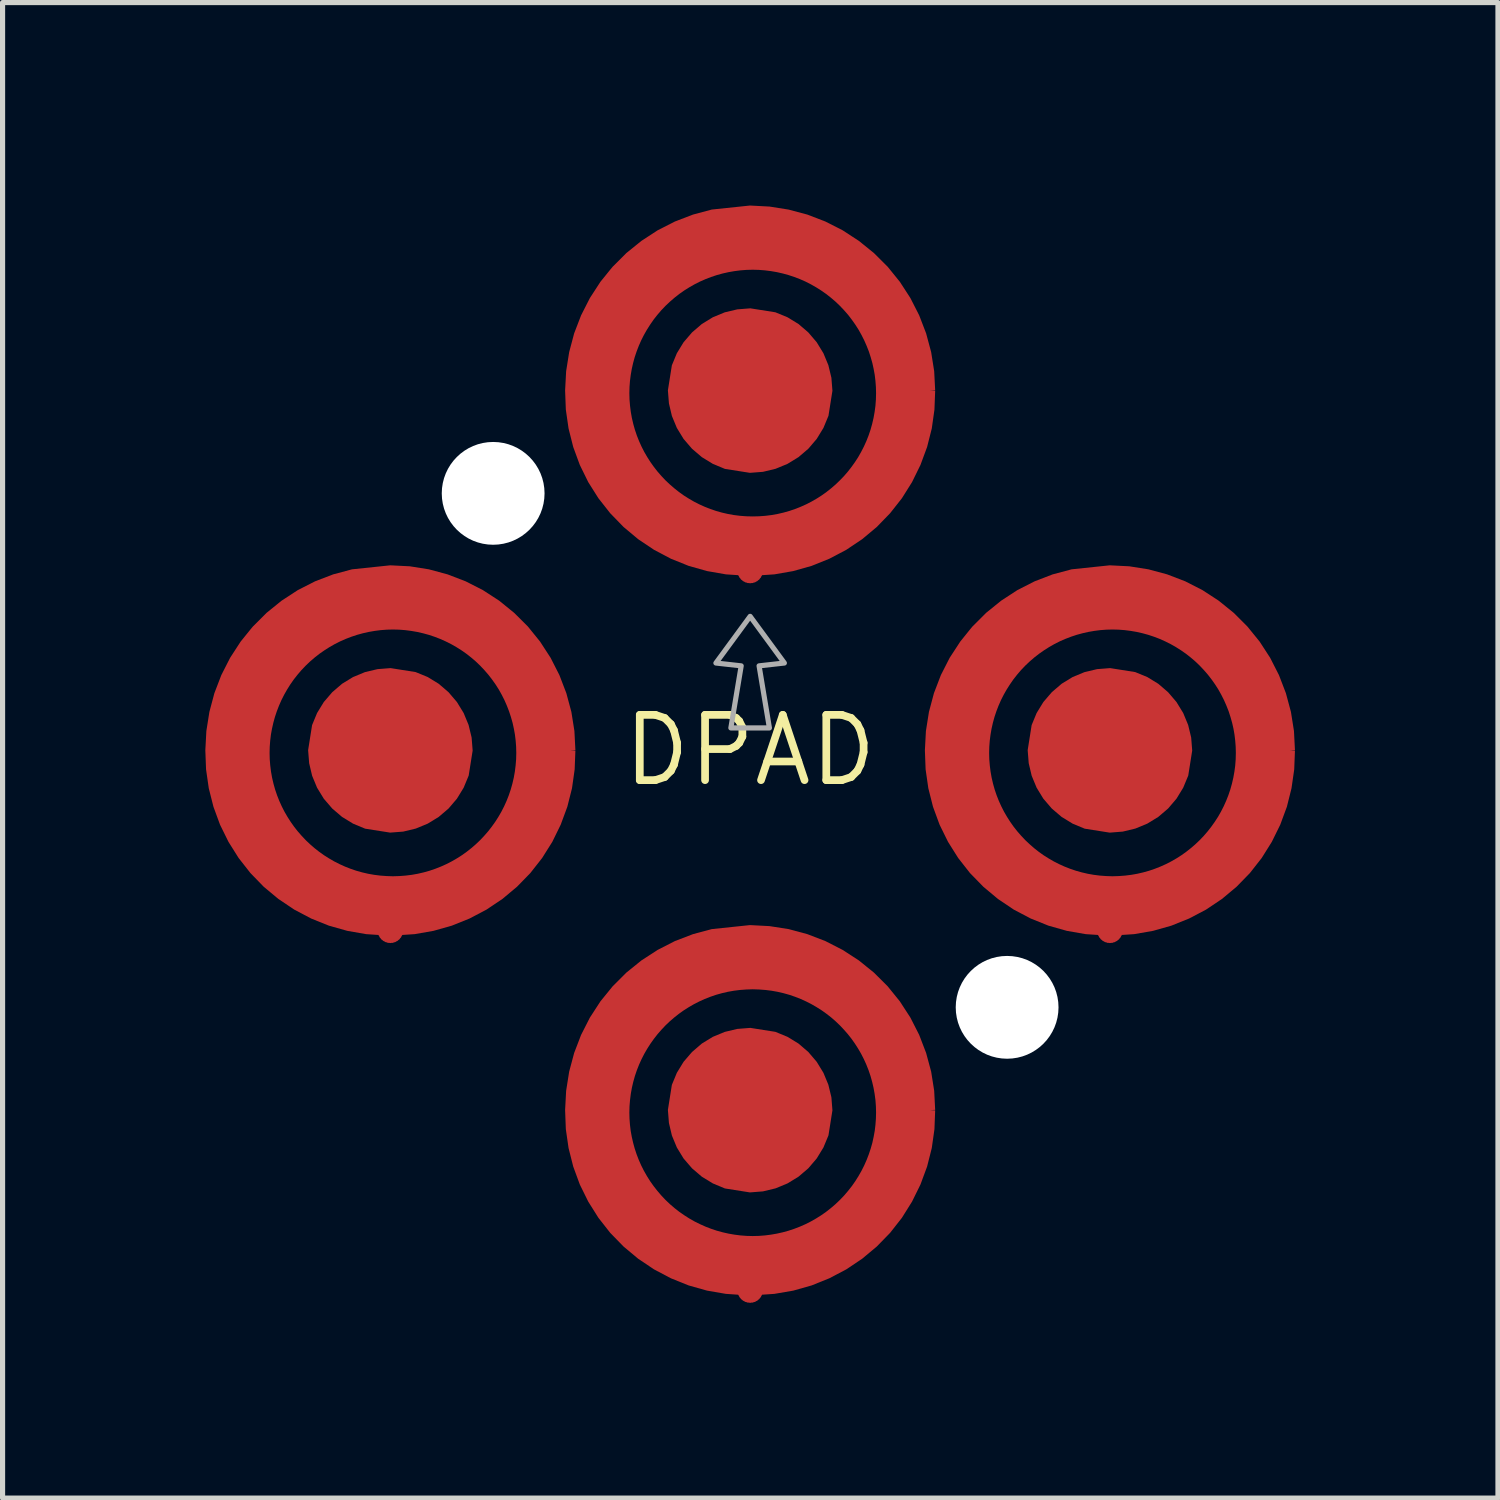
<source format=kicad_pcb>
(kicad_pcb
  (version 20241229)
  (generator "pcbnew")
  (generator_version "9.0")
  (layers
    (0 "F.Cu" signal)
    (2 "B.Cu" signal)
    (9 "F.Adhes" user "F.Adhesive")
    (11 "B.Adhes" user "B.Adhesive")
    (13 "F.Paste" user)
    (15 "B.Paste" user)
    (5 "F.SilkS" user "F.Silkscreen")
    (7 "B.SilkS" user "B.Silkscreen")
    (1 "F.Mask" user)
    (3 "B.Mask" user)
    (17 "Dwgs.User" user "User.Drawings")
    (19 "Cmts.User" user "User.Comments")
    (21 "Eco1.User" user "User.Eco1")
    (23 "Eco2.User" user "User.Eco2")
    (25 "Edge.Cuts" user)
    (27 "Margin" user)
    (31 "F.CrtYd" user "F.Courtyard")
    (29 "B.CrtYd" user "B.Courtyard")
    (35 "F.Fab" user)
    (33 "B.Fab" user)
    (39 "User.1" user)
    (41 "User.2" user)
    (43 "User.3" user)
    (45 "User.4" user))
  (footprint "DPAD"
    (layer "F.Cu")
    (at 11.545 11.549)
    (property "Reference" "DPAD" (at 0 0 0) (layer "F.SilkS") (effects (font (size 1.27 1.27) (thickness 0.15))))
    (fp_poly (pts (xy -6.598 -4.08) (xy -6.2 -4.021) (xy -5.81 -3.924) (xy -5.431 -3.788) (xy -5.067 -3.616) (xy -4.722 -3.409) (xy -4.399 -3.169) (xy -4.101 -2.899) (xy -3.831 -2.601) (xy -3.591 -2.278) (xy -3.384 -1.933) (xy -3.212 -1.569) (xy -3.076 -1.19) (xy -2.978 -0.798) (xy -2.9 -0.002) (xy -2.92 0.402) (xy -2.979 0.8) (xy -3.076 1.19) (xy -3.212 1.569) (xy -3.384 1.933) (xy -3.591 2.278) (xy -3.831 2.601) (xy -4.101 2.899) (xy -4.399 3.169) (xy -4.722 3.409) (xy -5.067 3.616) (xy -5.431 3.788) (xy -5.81 3.924) (xy -6.202 4.022) (xy -6.998 4.1) (xy -7.402 4.08) (xy -7.8 4.021) (xy -8.19 3.924) (xy -8.569 3.788) (xy -8.933 3.616) (xy -9.278 3.409) (xy -9.601 3.169) (xy -9.899 2.899) (xy -10.169 2.601) (xy -10.409 2.278) (xy -10.616 1.933) (xy -10.788 1.569) (xy -10.924 1.19) (xy -11.022 0.798) (xy -11.1 0.002) (xy -11.08 -0.402) (xy -11.021 -0.8) (xy -10.924 -1.19) (xy -10.788 -1.569) (xy -10.616 -1.933) (xy -10.409 -2.278) (xy -10.169 -2.601) (xy -9.899 -2.899) (xy -9.601 -3.169) (xy -9.278 -3.409) (xy -8.933 -3.616) (xy -8.569 -3.788) (xy -8.19 -3.924) (xy -7.798 -4.022) (xy -7.002 -4.1)) (stroke (width 0) (type default)) (fill yes) (layer "F.Mask"))
    (fp_poly (pts (xy 0.402 -11.08) (xy 0.8 -11.021) (xy 1.19 -10.924) (xy 1.569 -10.788) (xy 1.933 -10.616) (xy 2.278 -10.409) (xy 2.601 -10.169) (xy 2.899 -9.899) (xy 3.169 -9.601) (xy 3.409 -9.278) (xy 3.616 -8.933) (xy 3.788 -8.569) (xy 3.924 -8.19) (xy 4.022 -7.798) (xy 4.1 -7.002) (xy 4.08 -6.598) (xy 4.021 -6.2) (xy 3.924 -5.81) (xy 3.788 -5.431) (xy 3.616 -5.067) (xy 3.409 -4.722) (xy 3.169 -4.399) (xy 2.899 -4.101) (xy 2.601 -3.831) (xy 2.278 -3.591) (xy 1.933 -3.384) (xy 1.569 -3.212) (xy 1.19 -3.076) (xy 0.798 -2.978) (xy 0.002 -2.9) (xy -0.402 -2.92) (xy -0.8 -2.979) (xy -1.19 -3.076) (xy -1.569 -3.212) (xy -1.933 -3.384) (xy -2.278 -3.591) (xy -2.601 -3.831) (xy -2.899 -4.101) (xy -3.169 -4.399) (xy -3.409 -4.722) (xy -3.616 -5.067) (xy -3.788 -5.431) (xy -3.924 -5.81) (xy -4.022 -6.202) (xy -4.1 -6.998) (xy -4.08 -7.402) (xy -4.021 -7.8) (xy -3.924 -8.19) (xy -3.788 -8.569) (xy -3.616 -8.933) (xy -3.409 -9.278) (xy -3.169 -9.601) (xy -2.899 -9.899) (xy -2.601 -10.169) (xy -2.278 -10.409) (xy -1.933 -10.616) (xy -1.569 -10.788) (xy -1.19 -10.924) (xy -0.798 -11.022) (xy -0.002 -11.1)) (stroke (width 0) (type default)) (fill yes) (layer "F.Mask"))
    (fp_poly (pts (xy 0.402 2.92) (xy 0.8 2.979) (xy 1.19 3.076) (xy 1.569 3.212) (xy 1.933 3.384) (xy 2.278 3.591) (xy 2.601 3.831) (xy 2.899 4.101) (xy 3.169 4.399) (xy 3.409 4.722) (xy 3.616 5.067) (xy 3.788 5.431) (xy 3.924 5.81) (xy 4.022 6.202) (xy 4.1 6.998) (xy 4.08 7.402) (xy 4.021 7.8) (xy 3.924 8.19) (xy 3.788 8.569) (xy 3.616 8.933) (xy 3.409 9.278) (xy 3.169 9.601) (xy 2.899 9.899) (xy 2.601 10.169) (xy 2.278 10.409) (xy 1.933 10.616) (xy 1.569 10.788) (xy 1.19 10.924) (xy 0.798 11.022) (xy 0.002 11.1) (xy -0.402 11.08) (xy -0.8 11.021) (xy -1.19 10.924) (xy -1.569 10.788) (xy -1.933 10.616) (xy -2.278 10.409) (xy -2.601 10.169) (xy -2.899 9.899) (xy -3.169 9.601) (xy -3.409 9.278) (xy -3.616 8.933) (xy -3.788 8.569) (xy -3.924 8.19) (xy -4.022 7.798) (xy -4.1 7.002) (xy -4.08 6.598) (xy -4.021 6.2) (xy -3.924 5.81) (xy -3.788 5.431) (xy -3.616 5.067) (xy -3.409 4.722) (xy -3.169 4.399) (xy -2.899 4.101) (xy -2.601 3.831) (xy -2.278 3.591) (xy -1.933 3.384) (xy -1.569 3.212) (xy -1.19 3.076) (xy -0.798 2.978) (xy -0.002 2.9)) (stroke (width 0) (type default)) (fill yes) (layer "F.Mask"))
    (fp_poly (pts (xy 7.402 -4.08) (xy 7.8 -4.021) (xy 8.19 -3.924) (xy 8.569 -3.788) (xy 8.933 -3.616) (xy 9.278 -3.409) (xy 9.601 -3.169) (xy 9.899 -2.899) (xy 10.169 -2.601) (xy 10.409 -2.278) (xy 10.616 -1.933) (xy 10.788 -1.569) (xy 10.924 -1.19) (xy 11.022 -0.798) (xy 11.1 -0.002) (xy 11.08 0.402) (xy 11.021 0.8) (xy 10.924 1.19) (xy 10.788 1.569) (xy 10.616 1.933) (xy 10.409 2.278) (xy 10.169 2.601) (xy 9.899 2.899) (xy 9.601 3.169) (xy 9.278 3.409) (xy 8.933 3.616) (xy 8.569 3.788) (xy 8.19 3.924) (xy 7.798 4.022) (xy 7.002 4.1) (xy 6.598 4.08) (xy 6.2 4.021) (xy 5.81 3.924) (xy 5.431 3.788) (xy 5.067 3.616) (xy 4.722 3.409) (xy 4.399 3.169) (xy 4.101 2.899) (xy 3.831 2.601) (xy 3.591 2.278) (xy 3.384 1.933) (xy 3.212 1.569) (xy 3.076 1.19) (xy 2.978 0.798) (xy 2.9 0.002) (xy 2.92 -0.402) (xy 2.979 -0.8) (xy 3.076 -1.19) (xy 3.212 -1.569) (xy 3.384 -1.933) (xy 3.591 -2.278) (xy 3.831 -2.601) (xy 4.101 -2.899) (xy 4.399 -3.169) (xy 4.722 -3.409) (xy 5.067 -3.616) (xy 5.431 -3.788) (xy 5.81 -3.924) (xy 6.202 -4.022) (xy 6.998 -4.1)) (stroke (width 0) (type default)) (fill yes) (layer "F.Mask"))
    (fp_poly (pts (xy 0.666 -1.699) (xy 0.174 -1.644) (xy 0.375 -0.436) (xy -0.375 -0.436) (xy -0.174 -1.644) (xy -0.666 -1.699) (xy 0 -2.607)) (stroke (width 0.1) (type default)) (fill no) (layer "F.Fab"))
    (pad "" np_thru_hole circle (at -5 -5) (size 2 2) (drill 2) (layers "*.Cu" "*.Mask"))
    (pad "" np_thru_hole circle (at 5 5) (size 2 2) (drill 2) (layers "*.Cu" "*.Mask"))
    (pad "DOWN" smd custom (at 0 7 90) (size 0.5 0.5) (layers "F.Cu" "F.Mask") (options (anchor circle)) (primitives (gr_poly (pts (xy -0.25 0) (xy -0.231 -0.096) (xy -0.177 -0.177) (xy -0.096 -0.231) (xy 0 -0.25) (xy 0.096 -0.231) (xy 0.177 -0.177) (xy 0.231 -0.096) (xy 0.25 0) (xy 0.231 0.096) (xy 0.177 0.177) (xy 0.096 0.231) (xy 0 0.25) (xy -0.096 0.231) (xy -0.177 0.177) (xy -0.231 0.096) (xy -0.25 0)) (width 0) (fill yes)) (gr_poly (pts (xy 1.523 0.491) (xy 1.426 0.727) (xy 1.295 0.941) (xy 1.131 1.132) (xy 0.94 1.295) (xy 0.726 1.426) (xy 0.494 1.522) (xy 0.25 1.581) (xy -0.004 1.601) (xy -0.491 1.524) (xy -0.727 1.426) (xy -0.941 1.295) (xy -1.132 1.132) (xy -1.295 0.941) (xy -1.426 0.727) (xy -1.522 0.495) (xy -1.581 0.25) (xy -1.601 -0.004) (xy -1.524 -0.491) (xy -1.426 -0.726) (xy -1.295 -0.94) (xy -1.132 -1.131) (xy -0.941 -1.295) (xy -0.727 -1.426) (xy -0.495 -1.522) (xy -0.25 -1.58) (xy 0.004 -1.6) (xy 0.491 -1.523) (xy 0.726 -1.426) (xy 0.94 -1.295) (xy 1.131 -1.131) (xy 1.295 -0.94) (xy 1.426 -0.726) (xy 1.522 -0.494) (xy 1.58 -0.25) (xy 1.6 0.004)) (width 0) (fill yes))))
    (pad "GND1" smd custom (at -7 3.5 90) (size 0.5 0.5) (layers "F.Cu" "F.Mask") (options (anchor circle)) (primitives (gr_poly (pts (xy -0.25 0) (xy -0.231 -0.096) (xy -0.177 -0.177) (xy -0.096 -0.231) (xy 0 -0.25) (xy 0.096 -0.231) (xy 0.177 -0.177) (xy 0.231 -0.096) (xy 0.25 0) (xy 0.231 0.096) (xy 0.177 0.177) (xy 0.096 0.231) (xy 0 0.25) (xy -0.096 0.231) (xy -0.177 0.177) (xy -0.231 0.096) (xy -0.25 0)) (width 0) (fill yes)) (gr_poly (pts (xy 7.081 0.377) (xy 7.022 0.749) (xy 6.924 1.112) (xy 6.789 1.464) (xy 6.618 1.8) (xy 6.412 2.117) (xy 6.175 2.409) (xy 5.909 2.676) (xy 5.616 2.913) (xy 5.3 3.118) (xy 4.964 3.289) (xy 4.612 3.424) (xy 4.248 3.522) (xy 3.876 3.581) (xy 3.505 3.6) (xy 3.5 3.5) (xy 3.496 3.6) (xy 3.13 3.586) (xy 2.762 3.534) (xy 2.402 3.443) (xy 2.053 3.314) (xy 1.72 3.151) (xy 1.405 2.953) (xy 1.112 2.723) (xy 0.846 2.464) (xy 0.608 2.179) (xy 0.401 1.87) (xy 0.228 1.541) (xy 0.089 1.196) (xy -0.012 0.839) (xy -0.076 0.473) (xy -0.107 0.000387) (xy -0.000158 0.000387) (xy -0.000158 -0.1) (xy -0.1 -0.107) (xy -0.076 -0.472) (xy -0.012 -0.838) (xy 0.089 -1.196) (xy 0.228 -1.541) (xy 0.401 -1.869) (xy 0.608 -2.178) (xy 0.846 -2.464) (xy 1.112 -2.722) (xy 1.405 -2.952) (xy 1.72 -3.15) (xy 2.053 -3.314) (xy 2.402 -3.442) (xy 2.762 -3.533) (xy 3.13 -3.586) (xy 3.45 -3.598) (xy 3.45 -2.35) (xy 3.327 -2.347) (xy 3.205 -2.337) (xy 3.085 -2.322) (xy 2.967 -2.301) (xy 2.851 -2.274) (xy 2.737 -2.242) (xy 2.625 -2.204) (xy 2.516 -2.161) (xy 2.41 -2.113) (xy 2.306 -2.06) (xy 2.206 -2.002) (xy 2.109 -1.94) (xy 2.014 -1.873) (xy 1.924 -1.802) (xy 1.837 -1.726) (xy 1.753 -1.647) (xy 1.674 -1.564) (xy 1.598 -1.476) (xy 1.527 -1.386) (xy 1.46 -1.292) (xy 1.398 -1.194) (xy 1.34 -1.094) (xy 1.287 -0.99) (xy 1.239 -0.884) (xy 1.196 -0.775) (xy 1.158 -0.664) (xy 1.126 -0.55) (xy 1.099 -0.434) (xy 1.078 -0.315) (xy 1.063 -0.195) (xy 1.054 -0.073) (xy 1.05 0.05) (xy 1.054 0.174) (xy 1.063 0.296) (xy 1.078 0.416) (xy 1.099 0.534) (xy 1.126 0.65) (xy 1.158 0.764) (xy 1.196 0.875) (xy 1.239 0.984) (xy 1.287 1.091) (xy 1.34 1.194) (xy 1.398 1.295) (xy 1.46 1.392) (xy 1.527 1.486) (xy 1.599 1.577) (xy 1.674 1.664) (xy 1.753 1.747) (xy 1.837 1.826) (xy 1.924 1.902) (xy 2.015 1.973) (xy 2.109 2.04) (xy 2.206 2.102) (xy 2.306 2.16) (xy 2.41 2.213) (xy 2.516 2.261) (xy 2.625 2.304) (xy 2.737 2.342) (xy 2.851 2.374) (xy 2.967 2.401) (xy 3.085 2.422) (xy 3.205 2.437) (xy 3.327 2.447) (xy 3.45 2.45) (xy 3.569 2.447) (xy 3.688 2.438) (xy 3.805 2.424) (xy 3.921 2.403) (xy 4.035 2.378) (xy 4.148 2.346) (xy 4.26 2.309) (xy 4.369 2.267) (xy 4.476 2.22) (xy 4.581 2.167) (xy 4.683 2.11) (xy 4.782 2.047) (xy 4.878 1.979) (xy 4.971 1.907) (xy 5.061 1.829) (xy 5.148 1.747) (xy 5.23 1.661) (xy 5.307 1.571) (xy 5.38 1.478) (xy 5.447 1.382) (xy 5.51 1.282) (xy 5.568 1.18) (xy 5.62 1.076) (xy 5.668 0.968) (xy 5.71 0.859) (xy 5.747 0.748) (xy 5.778 0.635) (xy 5.804 0.52) (xy 5.824 0.404) (xy 5.839 0.287) (xy 5.848 0.169) (xy 5.851 0.05) (xy 5.848 -0.069) (xy 5.839 -0.187) (xy 5.824 -0.304) (xy 5.804 -0.42) (xy 5.778 -0.535) (xy 5.747 -0.648) (xy 5.71 -0.759) (xy 5.668 -0.868) (xy 5.621 -0.975) (xy 5.568 -1.08) (xy 5.51 -1.182) (xy 5.447 -1.281) (xy 5.38 -1.378) (xy 5.307 -1.471) (xy 5.23 -1.561) (xy 5.148 -1.647) (xy 5.062 -1.729) (xy 4.972 -1.806) (xy 4.879 -1.879) (xy 4.782 -1.947) (xy 4.683 -2.009) (xy 4.581 -2.067) (xy 4.476 -2.12) (xy 4.369 -2.167) (xy 4.26 -2.209) (xy 4.149 -2.246) (xy 4.036 -2.277) (xy 3.921 -2.303) (xy 3.805 -2.324) (xy 3.688 -2.338) (xy 3.569 -2.347) (xy 3.45 -2.35) (xy 3.45 -3.598) (xy 3.5 -3.6) (xy 3.876 -3.58) (xy 4.248 -3.521) (xy 4.612 -3.424) (xy 4.964 -3.289) (xy 5.3 -3.118) (xy 5.616 -2.913) (xy 5.851 -2.723) (xy 5.851 0.05) (xy 5.851 0.05) (xy 5.851 0.05) (xy 5.851 0.05) (xy 5.851 -2.723) (xy 5.909 -2.675) (xy 6.175 -2.409) (xy 6.412 -2.116) (xy 6.618 -1.8) (xy 6.789 -1.464) (xy 6.924 -1.112) (xy 7.022 -0.746) (xy 7.1 -0.002)) (width 0) (fill yes))))
    (pad "GND2" smd custom (at 7 3.5 90) (size 0.5 0.5) (layers "F.Cu" "F.Mask") (options (anchor circle)) (primitives (gr_poly (pts (xy -0.25 0) (xy -0.231 -0.096) (xy -0.177 -0.177) (xy -0.096 -0.231) (xy 0 -0.25) (xy 0.096 -0.231) (xy 0.177 -0.177) (xy 0.231 -0.096) (xy 0.25 0) (xy 0.231 0.096) (xy 0.177 0.177) (xy 0.096 0.231) (xy 0 0.25) (xy -0.096 0.231) (xy -0.177 0.177) (xy -0.231 0.096) (xy -0.25 0)) (width 0) (fill yes)) (gr_poly (pts (xy 7.081 0.376) (xy 7.022 0.749) (xy 6.924 1.113) (xy 6.789 1.465) (xy 6.618 1.8) (xy 6.412 2.116) (xy 6.175 2.409) (xy 5.909 2.675) (xy 5.616 2.913) (xy 5.3 3.118) (xy 4.964 3.289) (xy 4.612 3.424) (xy 4.248 3.522) (xy 3.876 3.581) (xy 3.505 3.6) (xy 3.5 3.5) (xy 3.496 3.6) (xy 3.13 3.586) (xy 2.762 3.533) (xy 2.402 3.443) (xy 2.053 3.314) (xy 1.72 3.15) (xy 1.405 2.953) (xy 1.112 2.723) (xy 0.846 2.464) (xy 0.608 2.179) (xy 0.401 1.87) (xy 0.228 1.541) (xy 0.089 1.196) (xy -0.012 0.839) (xy -0.076 0.472) (xy -0.107 0.000052) (xy -0.000158 0.000052) (xy -0.000158 -0.1) (xy -0.1 -0.106) (xy -0.076 -0.472) (xy -0.012 -0.838) (xy 0.089 -1.196) (xy 0.228 -1.541) (xy 0.401 -1.87) (xy 0.608 -2.178) (xy 0.846 -2.463) (xy 1.112 -2.722) (xy 1.405 -2.952) (xy 1.72 -3.15) (xy 2.053 -3.314) (xy 2.402 -3.442) (xy 2.762 -3.533) (xy 3.13 -3.586) (xy 3.45 -3.598) (xy 3.45 -2.35) (xy 3.327 -2.347) (xy 3.205 -2.337) (xy 3.085 -2.322) (xy 2.967 -2.301) (xy 2.851 -2.274) (xy 2.737 -2.242) (xy 2.625 -2.204) (xy 2.516 -2.161) (xy 2.41 -2.113) (xy 2.306 -2.06) (xy 2.206 -2.002) (xy 2.109 -1.94) (xy 2.014 -1.873) (xy 1.924 -1.802) (xy 1.837 -1.726) (xy 1.753 -1.647) (xy 1.674 -1.563) (xy 1.598 -1.476) (xy 1.527 -1.386) (xy 1.46 -1.292) (xy 1.398 -1.194) (xy 1.34 -1.094) (xy 1.287 -0.99) (xy 1.239 -0.884) (xy 1.196 -0.775) (xy 1.158 -0.663) (xy 1.126 -0.549) (xy 1.099 -0.433) (xy 1.078 -0.315) (xy 1.063 -0.195) (xy 1.054 -0.073) (xy 1.05 0.05) (xy 1.054 0.174) (xy 1.063 0.296) (xy 1.078 0.416) (xy 1.099 0.534) (xy 1.126 0.65) (xy 1.158 0.764) (xy 1.196 0.875) (xy 1.239 0.984) (xy 1.287 1.091) (xy 1.34 1.194) (xy 1.398 1.295) (xy 1.46 1.392) (xy 1.527 1.486) (xy 1.599 1.577) (xy 1.674 1.664) (xy 1.753 1.747) (xy 1.837 1.827) (xy 1.924 1.902) (xy 2.015 1.973) (xy 2.109 2.04) (xy 2.206 2.103) (xy 2.306 2.16) (xy 2.41 2.213) (xy 2.516 2.261) (xy 2.625 2.304) (xy 2.737 2.342) (xy 2.851 2.374) (xy 2.967 2.401) (xy 3.085 2.422) (xy 3.205 2.438) (xy 3.327 2.447) (xy 3.45 2.45) (xy 3.569 2.447) (xy 3.688 2.438) (xy 3.805 2.424) (xy 3.921 2.404) (xy 4.035 2.378) (xy 4.148 2.346) (xy 4.26 2.31) (xy 4.369 2.267) (xy 4.476 2.22) (xy 4.581 2.167) (xy 4.683 2.11) (xy 4.782 2.047) (xy 4.878 1.979) (xy 4.971 1.907) (xy 5.061 1.829) (xy 5.148 1.747) (xy 5.23 1.661) (xy 5.307 1.571) (xy 5.38 1.478) (xy 5.447 1.382) (xy 5.51 1.282) (xy 5.568 1.18) (xy 5.62 1.076) (xy 5.668 0.969) (xy 5.71 0.859) (xy 5.747 0.748) (xy 5.778 0.635) (xy 5.804 0.521) (xy 5.824 0.405) (xy 5.839 0.287) (xy 5.848 0.169) (xy 5.851 0.05) (xy 5.848 -0.068) (xy 5.839 -0.187) (xy 5.824 -0.304) (xy 5.804 -0.42) (xy 5.778 -0.534) (xy 5.747 -0.648) (xy 5.71 -0.759) (xy 5.668 -0.868) (xy 5.621 -0.975) (xy 5.568 -1.08) (xy 5.51 -1.182) (xy 5.447 -1.281) (xy 5.38 -1.377) (xy 5.307 -1.471) (xy 5.23 -1.56) (xy 5.148 -1.647) (xy 5.062 -1.729) (xy 4.972 -1.806) (xy 4.879 -1.879) (xy 4.782 -1.946) (xy 4.683 -2.009) (xy 4.581 -2.067) (xy 4.476 -2.12) (xy 4.369 -2.167) (xy 4.26 -2.209) (xy 4.149 -2.246) (xy 4.036 -2.277) (xy 3.921 -2.303) (xy 3.805 -2.323) (xy 3.688 -2.338) (xy 3.569 -2.347) (xy 3.45 -2.35) (xy 3.45 -3.598) (xy 3.5 -3.6) (xy 3.876 -3.58) (xy 4.248 -3.521) (xy 4.612 -3.424) (xy 4.964 -3.289) (xy 5.3 -3.118) (xy 5.616 -2.912) (xy 5.851 -2.723) (xy 5.851 0.05) (xy 5.851 0.05) (xy 5.851 0.051) (xy 5.851 0.05) (xy 5.851 -2.723) (xy 5.909 -2.675) (xy 6.175 -2.409) (xy 6.412 -2.116) (xy 6.618 -1.8) (xy 6.789 -1.464) (xy 6.924 -1.113) (xy 7.022 -0.746) (xy 7.1 -0.003)) (width 0) (fill yes))))
    (pad "GND3" smd custom (at 0 -3.5 90) (size 0.5 0.5) (layers "F.Cu" "F.Mask") (options (anchor circle)) (primitives (gr_poly (pts (xy -0.25 0) (xy -0.231 -0.096) (xy -0.177 -0.177) (xy -0.096 -0.231) (xy 0 -0.25) (xy 0.096 -0.231) (xy 0.177 -0.177) (xy 0.231 -0.096) (xy 0.25 0) (xy 0.231 0.096) (xy 0.177 0.177) (xy 0.096 0.231) (xy 0 0.25) (xy -0.096 0.231) (xy -0.177 0.177) (xy -0.231 0.096) (xy -0.25 0)) (width 0) (fill yes)) (gr_poly (pts (xy 7.08 0.377) (xy 7.021 0.749) (xy 6.924 1.113) (xy 6.789 1.464) (xy 6.618 1.8) (xy 6.412 2.116) (xy 6.175 2.409) (xy 5.909 2.676) (xy 5.616 2.913) (xy 5.3 3.118) (xy 4.964 3.289) (xy 4.613 3.424) (xy 4.248 3.522) (xy 3.876 3.581) (xy 3.505 3.6) (xy 3.5 3.5) (xy 3.496 3.6) (xy 3.13 3.586) (xy 2.762 3.534) (xy 2.402 3.443) (xy 2.053 3.314) (xy 1.719 3.15) (xy 1.405 2.953) (xy 1.113 2.723) (xy 0.846 2.464) (xy 0.608 2.179) (xy 0.401 1.87) (xy 0.228 1.541) (xy 0.089 1.196) (xy -0.012 0.839) (xy -0.076 0.472) (xy -0.107 -0.00004) (xy -0.000066 -0.00004) (xy -0.000066 -0.1) (xy -0.1 -0.106) (xy -0.076 -0.472) (xy -0.012 -0.838) (xy 0.089 -1.196) (xy 0.228 -1.541) (xy 0.401 -1.869) (xy 0.608 -2.178) (xy 0.846 -2.463) (xy 1.113 -2.722) (xy 1.405 -2.952) (xy 1.719 -3.15) (xy 2.053 -3.314) (xy 2.402 -3.442) (xy 2.762 -3.533) (xy 3.13 -3.586) (xy 3.45 -3.598) (xy 3.45 -2.35) (xy 3.327 -2.347) (xy 3.205 -2.337) (xy 3.085 -2.322) (xy 2.967 -2.301) (xy 2.851 -2.274) (xy 2.737 -2.242) (xy 2.625 -2.204) (xy 2.516 -2.161) (xy 2.41 -2.113) (xy 2.306 -2.06) (xy 2.206 -2.002) (xy 2.109 -1.94) (xy 2.015 -1.873) (xy 1.924 -1.802) (xy 1.837 -1.726) (xy 1.753 -1.647) (xy 1.674 -1.563) (xy 1.599 -1.476) (xy 1.527 -1.386) (xy 1.46 -1.292) (xy 1.398 -1.194) (xy 1.34 -1.094) (xy 1.287 -0.99) (xy 1.239 -0.884) (xy 1.196 -0.775) (xy 1.158 -0.663) (xy 1.126 -0.55) (xy 1.099 -0.433) (xy 1.078 -0.315) (xy 1.063 -0.195) (xy 1.054 -0.073) (xy 1.051 0.05) (xy 1.054 0.174) (xy 1.063 0.296) (xy 1.078 0.416) (xy 1.099 0.534) (xy 1.126 0.65) (xy 1.158 0.764) (xy 1.196 0.875) (xy 1.239 0.984) (xy 1.287 1.091) (xy 1.34 1.194) (xy 1.398 1.295) (xy 1.46 1.392) (xy 1.527 1.486) (xy 1.599 1.577) (xy 1.674 1.664) (xy 1.754 1.747) (xy 1.837 1.827) (xy 1.924 1.902) (xy 2.015 1.973) (xy 2.109 2.04) (xy 2.206 2.103) (xy 2.307 2.16) (xy 2.41 2.213) (xy 2.516 2.261) (xy 2.625 2.304) (xy 2.737 2.342) (xy 2.851 2.374) (xy 2.967 2.401) (xy 3.085 2.422) (xy 3.205 2.438) (xy 3.327 2.447) (xy 3.45 2.45) (xy 3.569 2.447) (xy 3.688 2.438) (xy 3.805 2.424) (xy 3.921 2.403) (xy 4.035 2.378) (xy 4.148 2.346) (xy 4.26 2.31) (xy 4.369 2.267) (xy 4.476 2.22) (xy 4.581 2.167) (xy 4.683 2.11) (xy 4.782 2.047) (xy 4.878 1.979) (xy 4.972 1.907) (xy 5.061 1.829) (xy 5.148 1.747) (xy 5.23 1.661) (xy 5.307 1.571) (xy 5.38 1.478) (xy 5.447 1.382) (xy 5.51 1.282) (xy 5.568 1.18) (xy 5.621 1.076) (xy 5.668 0.969) (xy 5.71 0.859) (xy 5.747 0.748) (xy 5.778 0.635) (xy 5.804 0.521) (xy 5.824 0.405) (xy 5.839 0.287) (xy 5.848 0.169) (xy 5.851 0.05) (xy 5.848 -0.069) (xy 5.839 -0.187) (xy 5.824 -0.304) (xy 5.804 -0.42) (xy 5.778 -0.535) (xy 5.747 -0.648) (xy 5.71 -0.759) (xy 5.668 -0.868) (xy 5.621 -0.975) (xy 5.568 -1.08) (xy 5.51 -1.182) (xy 5.448 -1.281) (xy 5.38 -1.378) (xy 5.307 -1.471) (xy 5.23 -1.56) (xy 5.148 -1.647) (xy 5.062 -1.729) (xy 4.972 -1.806) (xy 4.879 -1.879) (xy 4.782 -1.946) (xy 4.683 -2.009) (xy 4.581 -2.067) (xy 4.476 -2.12) (xy 4.369 -2.167) (xy 4.26 -2.209) (xy 4.149 -2.246) (xy 4.036 -2.277) (xy 3.921 -2.303) (xy 3.805 -2.323) (xy 3.688 -2.338) (xy 3.569 -2.347) (xy 3.45 -2.35) (xy 3.45 -3.598) (xy 3.5 -3.6) (xy 3.876 -3.58) (xy 4.248 -3.521) (xy 4.613 -3.424) (xy 4.964 -3.289) (xy 5.3 -3.118) (xy 5.616 -2.913) (xy 5.851 -2.723) (xy 5.851 0.05) (xy 5.851 0.05) (xy 5.851 0.05) (xy 5.851 0.05) (xy 5.851 -2.723) (xy 5.909 -2.675) (xy 6.175 -2.409) (xy 6.412 -2.116) (xy 6.618 -1.8) (xy 6.789 -1.464) (xy 6.924 -1.112) (xy 7.022 -0.746) (xy 7.1 -0.003)) (width 0) (fill yes))))
    (pad "GND4" smd custom (at 0 10.5 90) (size 0.5 0.5) (layers "F.Cu" "F.Mask") (options (anchor circle)) (primitives (gr_poly (pts (xy -0.25 0) (xy -0.231 -0.096) (xy -0.177 -0.177) (xy -0.096 -0.231) (xy 0 -0.25) (xy 0.096 -0.231) (xy 0.177 -0.177) (xy 0.231 -0.096) (xy 0.25 0) (xy 0.231 0.096) (xy 0.177 0.177) (xy 0.096 0.231) (xy 0 0.25) (xy -0.096 0.231) (xy -0.177 0.177) (xy -0.231 0.096) (xy -0.25 0)) (width 0) (fill yes)) (gr_poly (pts (xy 7.08 0.377) (xy 7.022 0.749) (xy 6.924 1.113) (xy 6.789 1.464) (xy 6.617 1.8) (xy 6.412 2.116) (xy 6.175 2.409) (xy 5.909 2.676) (xy 5.616 2.913) (xy 5.3 3.118) (xy 4.964 3.289) (xy 4.612 3.424) (xy 4.249 3.522) (xy 3.876 3.581) (xy 3.505 3.6) (xy 3.5 3.5) (xy 3.496 3.6) (xy 3.13 3.586) (xy 2.762 3.534) (xy 2.402 3.443) (xy 2.053 3.314) (xy 1.72 3.15) (xy 1.405 2.953) (xy 1.112 2.723) (xy 0.846 2.464) (xy 0.608 2.179) (xy 0.401 1.87) (xy 0.228 1.541) (xy 0.089 1.196) (xy -0.012 0.839) (xy -0.075 0.472) (xy -0.107 -0.00004) (xy -0.000242 -0.00004) (xy -0.000242 -0.1) (xy -0.1 -0.106) (xy -0.075 -0.472) (xy -0.012 -0.838) (xy 0.089 -1.196) (xy 0.228 -1.541) (xy 0.401 -1.869) (xy 0.608 -2.178) (xy 0.846 -2.463) (xy 1.112 -2.722) (xy 1.405 -2.952) (xy 1.72 -3.15) (xy 2.053 -3.314) (xy 2.402 -3.442) (xy 2.762 -3.533) (xy 3.13 -3.586) (xy 3.451 -3.598) (xy 3.451 -2.35) (xy 3.332 -2.347) (xy 3.213 -2.338) (xy 3.096 -2.324) (xy 2.98 -2.303) (xy 2.866 -2.277) (xy 2.753 -2.246) (xy 2.641 -2.209) (xy 2.532 -2.167) (xy 2.425 -2.12) (xy 2.32 -2.067) (xy 2.218 -2.009) (xy 2.119 -1.947) (xy 2.023 -1.879) (xy 1.93 -1.806) (xy 1.84 -1.729) (xy 1.753 -1.647) (xy 1.671 -1.561) (xy 1.594 -1.471) (xy 1.521 -1.378) (xy 1.454 -1.281) (xy 1.391 -1.182) (xy 1.333 -1.08) (xy 1.281 -0.975) (xy 1.233 -0.868) (xy 1.191 -0.759) (xy 1.154 -0.648) (xy 1.123 -0.535) (xy 1.097 -0.42) (xy 1.077 -0.305) (xy 1.062 -0.187) (xy 1.053 -0.069) (xy 1.05 0.05) (xy 1.053 0.169) (xy 1.062 0.287) (xy 1.077 0.404) (xy 1.097 0.52) (xy 1.123 0.635) (xy 1.154 0.748) (xy 1.191 0.859) (xy 1.233 0.968) (xy 1.28 1.075) (xy 1.333 1.18) (xy 1.391 1.282) (xy 1.453 1.381) (xy 1.521 1.478) (xy 1.594 1.571) (xy 1.671 1.661) (xy 1.753 1.747) (xy 1.839 1.829) (xy 1.929 1.906) (xy 2.022 1.979) (xy 2.119 2.047) (xy 2.218 2.109) (xy 2.32 2.167) (xy 2.425 2.22) (xy 2.532 2.267) (xy 2.641 2.309) (xy 2.752 2.346) (xy 2.865 2.378) (xy 2.98 2.403) (xy 3.096 2.424) (xy 3.213 2.438) (xy 3.332 2.447) (xy 3.451 2.45) (xy 3.574 2.447) (xy 3.696 2.438) (xy 3.816 2.422) (xy 3.934 2.401) (xy 4.05 2.374) (xy 4.164 2.342) (xy 4.276 2.304) (xy 4.385 2.261) (xy 4.491 2.213) (xy 4.595 2.16) (xy 4.695 2.102) (xy 4.792 2.04) (xy 4.887 1.973) (xy 4.977 1.902) (xy 5.064 1.826) (xy 5.148 1.747) (xy 5.227 1.664) (xy 5.303 1.577) (xy 5.374 1.486) (xy 5.441 1.392) (xy 5.503 1.294) (xy 5.561 1.194) (xy 5.614 1.09) (xy 5.662 0.984) (xy 5.705 0.875) (xy 5.743 0.764) (xy 5.775 0.65) (xy 5.802 0.534) (xy 5.823 0.416) (xy 5.838 0.295) (xy 5.847 0.174) (xy 5.851 0.05) (xy 5.851 0.05) (xy 5.847 -0.074) (xy 5.838 -0.195) (xy 5.823 -0.316) (xy 5.802 -0.434) (xy 5.775 -0.55) (xy 5.743 -0.664) (xy 5.705 -0.775) (xy 5.662 -0.884) (xy 5.614 -0.99) (xy 5.561 -1.094) (xy 5.503 -1.194) (xy 5.441 -1.292) (xy 5.374 -1.386) (xy 5.302 -1.477) (xy 5.227 -1.564) (xy 5.148 -1.647) (xy 5.064 -1.726) (xy 4.977 -1.802) (xy 4.886 -1.873) (xy 4.792 -1.94) (xy 4.695 -2.002) (xy 4.595 -2.06) (xy 4.491 -2.113) (xy 4.385 -2.161) (xy 4.276 -2.204) (xy 4.164 -2.242) (xy 4.05 -2.274) (xy 3.934 -2.301) (xy 3.816 -2.322) (xy 3.696 -2.337) (xy 3.574 -2.347) (xy 3.451 -2.35) (xy 3.451 -3.598) (xy 3.501 -3.6) (xy 3.876 -3.58) (xy 4.249 -3.521) (xy 4.612 -3.424) (xy 4.964 -3.289) (xy 5.3 -3.118) (xy 5.616 -2.913) (xy 5.909 -2.675) (xy 6.175 -2.409) (xy 6.412 -2.116) (xy 6.617 -1.8) (xy 6.789 -1.464) (xy 6.924 -1.112) (xy 7.022 -0.746) (xy 7.1 -0.003)) (width 0) (fill yes))))
    (pad "LEFT" smd custom (at -7 0 90) (size 0.5 0.5) (layers "F.Cu" "F.Mask") (options (anchor circle)) (primitives (gr_poly (pts (xy -0.25 0) (xy -0.231 -0.096) (xy -0.177 -0.177) (xy -0.096 -0.231) (xy 0 -0.25) (xy 0.096 -0.231) (xy 0.177 -0.177) (xy 0.231 -0.096) (xy 0.25 0) (xy 0.231 0.096) (xy 0.177 0.177) (xy 0.096 0.231) (xy 0 0.25) (xy -0.096 0.231) (xy -0.177 0.177) (xy -0.231 0.096) (xy -0.25 0)) (width 0) (fill yes)) (gr_poly (pts (xy 1.523 0.491) (xy 1.426 0.727) (xy 1.295 0.941) (xy 1.131 1.132) (xy 0.94 1.295) (xy 0.726 1.426) (xy 0.494 1.522) (xy 0.25 1.581) (xy -0.004 1.601) (xy -0.491 1.524) (xy -0.727 1.426) (xy -0.941 1.295) (xy -1.132 1.132) (xy -1.295 0.941) (xy -1.426 0.727) (xy -1.522 0.495) (xy -1.581 0.25) (xy -1.6 0.004) (xy -1.6 -0.008) (xy -1.524 -0.491) (xy -1.426 -0.726) (xy -1.295 -0.94) (xy -1.132 -1.131) (xy -0.941 -1.295) (xy -0.727 -1.426) (xy -0.495 -1.522) (xy -0.25 -1.58) (xy 0.004 -1.6) (xy 0.491 -1.523) (xy 0.726 -1.426) (xy 0.94 -1.295) (xy 1.131 -1.131) (xy 1.295 -0.94) (xy 1.426 -0.726) (xy 1.522 -0.494) (xy 1.58 -0.25) (xy 1.6 0.004)) (width 0) (fill yes))))
    (pad "RIGHT" smd custom (at 7 0 90) (size 0.5 0.5) (layers "F.Cu" "F.Mask") (options (anchor circle)) (primitives (gr_poly (pts (xy -0.25 0) (xy -0.231 -0.096) (xy -0.177 -0.177) (xy -0.096 -0.231) (xy 0 -0.25) (xy 0.096 -0.231) (xy 0.177 -0.177) (xy 0.231 -0.096) (xy 0.25 0) (xy 0.231 0.096) (xy 0.177 0.177) (xy 0.096 0.231) (xy 0 0.25) (xy -0.096 0.231) (xy -0.177 0.177) (xy -0.231 0.096) (xy -0.25 0)) (width 0) (fill yes)) (gr_poly (pts (xy 1.523 0.491) (xy 1.426 0.727) (xy 1.295 0.941) (xy 1.131 1.132) (xy 0.94 1.295) (xy 0.726 1.426) (xy 0.494 1.522) (xy 0.25 1.581) (xy -0.004 1.601) (xy -0.491 1.524) (xy -0.727 1.426) (xy -0.941 1.295) (xy -1.132 1.132) (xy -1.295 0.941) (xy -1.426 0.727) (xy -1.522 0.495) (xy -1.581 0.25) (xy -1.601 -0.004) (xy -1.524 -0.491) (xy -1.426 -0.726) (xy -1.295 -0.94) (xy -1.132 -1.131) (xy -0.941 -1.295) (xy -0.727 -1.426) (xy -0.495 -1.522) (xy -0.25 -1.58) (xy 0.004 -1.6) (xy 0.491 -1.523) (xy 0.726 -1.426) (xy 0.94 -1.295) (xy 1.131 -1.131) (xy 1.295 -0.94) (xy 1.426 -0.726) (xy 1.522 -0.494) (xy 1.58 -0.25) (xy 1.6 0.004)) (width 0) (fill yes))))
    (pad "UP" smd custom (at 0 -7 90) (size 0.5 0.5) (layers "F.Cu" "F.Mask") (options (anchor circle)) (primitives (gr_poly (pts (xy -0.25 0) (xy -0.231 -0.096) (xy -0.177 -0.177) (xy -0.096 -0.231) (xy 0 -0.25) (xy 0.096 -0.231) (xy 0.177 -0.177) (xy 0.231 -0.096) (xy 0.25 0) (xy 0.231 0.096) (xy 0.177 0.177) (xy 0.096 0.231) (xy 0 0.25) (xy -0.096 0.231) (xy -0.177 0.177) (xy -0.231 0.096) (xy -0.25 0)) (width 0) (fill yes)) (gr_poly (pts (xy 1.523 0.491) (xy 1.426 0.727) (xy 1.295 0.941) (xy 1.131 1.132) (xy 0.94 1.295) (xy 0.726 1.426) (xy 0.494 1.522) (xy 0.25 1.581) (xy -0.004 1.601) (xy -0.491 1.524) (xy -0.727 1.426) (xy -0.941 1.295) (xy -1.132 1.132) (xy -1.295 0.941) (xy -1.426 0.727) (xy -1.522 0.495) (xy -1.581 0.25) (xy -1.6 0.004) (xy -1.6 -0.008) (xy -1.524 -0.491) (xy -1.426 -0.726) (xy -1.295 -0.94) (xy -1.132 -1.131) (xy -0.941 -1.295) (xy -0.727 -1.426) (xy -0.495 -1.522) (xy -0.25 -1.58) (xy 0.004 -1.6) (xy 0.491 -1.523) (xy 0.726 -1.426) (xy 0.94 -1.295) (xy 1.131 -1.131) (xy 1.295 -0.94) (xy 1.426 -0.726) (xy 1.522 -0.494) (xy 1.58 -0.25) (xy 1.6 0.004)) (width 0) (fill yes))))
    (zone (net_name "") (layer "F.Cu") (hatch edge 0.5) (connect_pads) (min_thickness 0.25) (filled_areas_thickness no) (keepout (tracks not_allowed) (vias not_allowed) (pads not_allowed) (copperpour not_allowed) (footprints allowed)) (placement (enabled no)) (fill) (polygon (pts (xy 9.095 11.549) (xy 9.075 11.123) (xy 9.015 10.7) (xy 8.916 10.285) (xy 8.779 9.882) (xy 8.604 9.493) (xy 8.394 9.122) (xy 8.149 8.772) (xy 7.873 8.447) (xy 7.568 8.148) (xy 7.237 7.88) (xy 6.881 7.644) (xy 6.505 7.443) (xy 6.112 7.277) (xy 5.705 7.149) (xy 5.288 7.06) (xy 4.865 7.01) (xy 4.438 7) (xy 4.013 7.03) (xy 3.592 7.1) (xy 3.18 7.208) (xy 2.779 7.355) (xy 2.394 7.539) (xy 2.028 7.758) (xy 1.684 8.01) (xy 1.366 8.294) (xy 1.075 8.606) (xy 0.814 8.944) (xy 0.587 9.305) (xy 0.394 9.685) (xy 0.238 10.082) (xy 0.119 10.492) (xy 0.04 10.911) (xy 0 11.335) (xy 0 11.762) (xy 0.04 12.187) (xy 0.119 12.606) (xy 0.238 13.016) (xy 0.394 13.412) (xy 0.587 13.793) (xy 0.814 14.154) (xy 1.075 14.492) (xy 1.366 14.804) (xy 1.684 15.087) (xy 2.028 15.339) (xy 2.394 15.558) (xy 2.779 15.742) (xy 3.18 15.889) (xy 3.592 15.998) (xy 4.013 16.068) (xy 4.438 16.098) (xy 4.865 16.087) (xy 5.288 16.038) (xy 5.705 15.948) (xy 6.112 15.82) (xy 6.505 15.655) (xy 6.881 15.453) (xy 7.237 15.217) (xy 7.568 14.949) (xy 7.873 14.651) (xy 8.149 14.326) (xy 8.394 13.976) (xy 8.604 13.605) (xy 8.779 13.216) (xy 8.916 12.812) (xy 9.015 12.397) (xy 9.075 11.975))) (polygon (pts (xy 8.395 11.549) (xy 8.375 11.159) (xy 8.316 10.774) (xy 8.218 10.396) (xy 8.083 10.03) (xy 7.911 9.68) (xy 7.705 9.349) (xy 7.466 9.041) (xy 7.198 8.758) (xy 6.902 8.504) (xy 6.582 8.281) (xy 6.241 8.092) (xy 5.882 7.938) (xy 5.51 7.822) (xy 5.128 7.743) (xy 4.74 7.704) (xy 4.35 7.704) (xy 3.962 7.743) (xy 3.58 7.822) (xy 3.208 7.938) (xy 2.849 8.092) (xy 2.508 8.281) (xy 2.188 8.504) (xy 1.892 8.758) (xy 1.624 9.041) (xy 1.385 9.349) (xy 1.179 9.68) (xy 1.007 10.03) (xy 0.872 10.396) (xy 0.774 10.774) (xy 0.715 11.159) (xy 0.695 11.549) (xy 0.715 11.938) (xy 0.774 12.324) (xy 0.872 12.701) (xy 1.007 13.067) (xy 1.179 13.417) (xy 1.385 13.748) (xy 1.624 14.057) (xy 1.892 14.339) (xy 2.188 14.593) (xy 2.508 14.816) (xy 2.849 15.005) (xy 3.208 15.159) (xy 3.58 15.276) (xy 3.962 15.354) (xy 4.35 15.394) (xy 4.74 15.394) (xy 5.128 15.354) (xy 5.51 15.276) (xy 5.882 15.159) (xy 6.241 15.005) (xy 6.582 14.816) (xy 6.902 14.593) (xy 7.198 14.339) (xy 7.466 14.057) (xy 7.705 13.748) (xy 7.911 13.417) (xy 8.083 13.067) (xy 8.218 12.701) (xy 8.316 12.324) (xy 8.375 11.938))))
    (zone (net_name "") (layer "F.Cu") (hatch edge 0.5) (connect_pads) (min_thickness 0.25) (filled_areas_thickness no) (keepout (tracks not_allowed) (vias not_allowed) (pads not_allowed) (copperpour not_allowed) (footprints allowed)) (placement (enabled no)) (fill) (polygon (pts (xy 16.095 4.549) (xy 16.075 4.123) (xy 16.015 3.7) (xy 15.916 3.285) (xy 15.779 2.882) (xy 15.604 2.493) (xy 15.394 2.122) (xy 15.149 1.772) (xy 14.873 1.447) (xy 14.568 1.148) (xy 14.237 0.88) (xy 13.881 0.644) (xy 13.505 0.443) (xy 13.112 0.277) (xy 12.705 0.149) (xy 12.288 0.06) (xy 11.865 0.01) (xy 11.438 0) (xy 11.013 0.03) (xy 10.592 0.1) (xy 10.18 0.208) (xy 9.779 0.355) (xy 9.394 0.539) (xy 9.028 0.758) (xy 8.684 1.01) (xy 8.366 1.294) (xy 8.075 1.606) (xy 7.814 1.944) (xy 7.587 2.305) (xy 7.394 2.685) (xy 7.238 3.082) (xy 7.119 3.492) (xy 7.04 3.911) (xy 7 4.335) (xy 7 4.762) (xy 7.04 5.187) (xy 7.119 5.606) (xy 7.238 6.016) (xy 7.394 6.412) (xy 7.587 6.793) (xy 7.814 7.154) (xy 8.075 7.492) (xy 8.366 7.804) (xy 8.684 8.087) (xy 9.028 8.339) (xy 9.394 8.558) (xy 9.779 8.742) (xy 10.18 8.889) (xy 10.592 8.998) (xy 11.013 9.068) (xy 11.438 9.098) (xy 11.865 9.088) (xy 12.288 9.038) (xy 12.705 8.948) (xy 13.112 8.82) (xy 13.505 8.655) (xy 13.881 8.453) (xy 14.237 8.217) (xy 14.568 7.949) (xy 14.873 7.651) (xy 15.149 7.326) (xy 15.394 6.976) (xy 15.604 6.605) (xy 15.779 6.216) (xy 15.916 5.812) (xy 16.015 5.397) (xy 16.075 4.975))) (polygon (pts (xy 15.395 4.549) (xy 15.375 4.159) (xy 15.316 3.774) (xy 15.218 3.396) (xy 15.083 3.03) (xy 14.911 2.68) (xy 14.705 2.349) (xy 14.466 2.041) (xy 14.198 1.758) (xy 13.902 1.504) (xy 13.582 1.281) (xy 13.241 1.092) (xy 12.882 0.938) (xy 12.51 0.822) (xy 12.128 0.743) (xy 11.74 0.704) (xy 11.35 0.704) (xy 10.962 0.743) (xy 10.58 0.822) (xy 10.208 0.938) (xy 9.849 1.092) (xy 9.508 1.281) (xy 9.188 1.504) (xy 8.892 1.758) (xy 8.624 2.041) (xy 8.385 2.349) (xy 8.179 2.68) (xy 8.007 3.03) (xy 7.872 3.396) (xy 7.774 3.774) (xy 7.715 4.159) (xy 7.695 4.549) (xy 7.715 4.938) (xy 7.774 5.324) (xy 7.872 5.701) (xy 8.007 6.067) (xy 8.179 6.417) (xy 8.385 6.748) (xy 8.624 7.057) (xy 8.892 7.339) (xy 9.188 7.593) (xy 9.508 7.816) (xy 9.849 8.005) (xy 10.208 8.159) (xy 10.58 8.276) (xy 10.962 8.354) (xy 11.35 8.394) (xy 11.74 8.394) (xy 12.128 8.354) (xy 12.51 8.276) (xy 12.882 8.159) (xy 13.241 8.005) (xy 13.582 7.816) (xy 13.902 7.593) (xy 14.198 7.339) (xy 14.466 7.057) (xy 14.705 6.748) (xy 14.911 6.417) (xy 15.083 6.067) (xy 15.218 5.701) (xy 15.316 5.324) (xy 15.375 4.938))))
    (zone (net_name "") (layer "F.Cu") (hatch edge 0.5) (connect_pads) (min_thickness 0.25) (filled_areas_thickness no) (keepout (tracks not_allowed) (vias not_allowed) (pads not_allowed) (copperpour not_allowed) (footprints allowed)) (placement (enabled no)) (fill) (polygon (pts (xy 16.095 18.549) (xy 16.075 18.123) (xy 16.015 17.7) (xy 15.916 17.285) (xy 15.779 16.882) (xy 15.604 16.493) (xy 15.394 16.122) (xy 15.149 15.772) (xy 14.873 15.447) (xy 14.568 15.148) (xy 14.237 14.88) (xy 13.881 14.644) (xy 13.505 14.443) (xy 13.112 14.277) (xy 12.705 14.149) (xy 12.288 14.06) (xy 11.865 14.01) (xy 11.438 14) (xy 11.013 14.03) (xy 10.592 14.1) (xy 10.18 14.208) (xy 9.779 14.355) (xy 9.394 14.539) (xy 9.028 14.758) (xy 8.684 15.01) (xy 8.366 15.294) (xy 8.075 15.606) (xy 7.814 15.944) (xy 7.587 16.305) (xy 7.394 16.685) (xy 7.238 17.082) (xy 7.119 17.492) (xy 7.04 17.911) (xy 7 18.335) (xy 7 18.762) (xy 7.04 19.187) (xy 7.119 19.606) (xy 7.238 20.016) (xy 7.394 20.412) (xy 7.587 20.793) (xy 7.814 21.154) (xy 8.075 21.492) (xy 8.366 21.804) (xy 8.684 22.087) (xy 9.028 22.339) (xy 9.394 22.558) (xy 9.779 22.742) (xy 10.18 22.889) (xy 10.592 22.998) (xy 11.013 23.068) (xy 11.438 23.098) (xy 11.865 23.087) (xy 12.288 23.038) (xy 12.705 22.948) (xy 13.112 22.82) (xy 13.505 22.655) (xy 13.881 22.453) (xy 14.237 22.217) (xy 14.568 21.949) (xy 14.873 21.651) (xy 15.149 21.326) (xy 15.394 20.976) (xy 15.604 20.605) (xy 15.779 20.216) (xy 15.916 19.812) (xy 16.015 19.397) (xy 16.075 18.975))) (polygon (pts (xy 15.395 18.549) (xy 15.375 18.159) (xy 15.316 17.774) (xy 15.218 17.396) (xy 15.083 17.03) (xy 14.911 16.68) (xy 14.705 16.349) (xy 14.466 16.041) (xy 14.198 15.758) (xy 13.902 15.504) (xy 13.582 15.281) (xy 13.241 15.092) (xy 12.882 14.938) (xy 12.51 14.822) (xy 12.128 14.743) (xy 11.74 14.704) (xy 11.35 14.704) (xy 10.962 14.743) (xy 10.58 14.822) (xy 10.208 14.938) (xy 9.849 15.092) (xy 9.508 15.281) (xy 9.188 15.504) (xy 8.892 15.758) (xy 8.624 16.041) (xy 8.385 16.349) (xy 8.179 16.68) (xy 8.007 17.03) (xy 7.872 17.396) (xy 7.774 17.774) (xy 7.715 18.159) (xy 7.695 18.549) (xy 7.715 18.938) (xy 7.774 19.324) (xy 7.872 19.701) (xy 8.007 20.067) (xy 8.179 20.417) (xy 8.385 20.748) (xy 8.624 21.057) (xy 8.892 21.339) (xy 9.188 21.593) (xy 9.508 21.816) (xy 9.849 22.005) (xy 10.208 22.159) (xy 10.58 22.276) (xy 10.962 22.354) (xy 11.35 22.394) (xy 11.74 22.394) (xy 12.128 22.354) (xy 12.51 22.276) (xy 12.882 22.159) (xy 13.241 22.005) (xy 13.582 21.816) (xy 13.902 21.593) (xy 14.198 21.339) (xy 14.466 21.057) (xy 14.705 20.748) (xy 14.911 20.417) (xy 15.083 20.067) (xy 15.218 19.701) (xy 15.316 19.324) (xy 15.375 18.938))))
    (zone (net_name "") (layer "F.Cu") (hatch edge 0.5) (connect_pads) (min_thickness 0.25) (filled_areas_thickness no) (keepout (tracks not_allowed) (vias not_allowed) (pads not_allowed) (copperpour not_allowed) (footprints allowed)) (placement (enabled no)) (fill) (polygon (pts (xy 23.095 11.549) (xy 23.075 11.123) (xy 23.015 10.7) (xy 22.916 10.285) (xy 22.779 9.882) (xy 22.604 9.493) (xy 22.394 9.122) (xy 22.149 8.772) (xy 21.873 8.447) (xy 21.568 8.148) (xy 21.237 7.88) (xy 20.881 7.644) (xy 20.505 7.443) (xy 20.112 7.277) (xy 19.705 7.149) (xy 19.288 7.06) (xy 18.865 7.01) (xy 18.438 7) (xy 18.013 7.03) (xy 17.592 7.1) (xy 17.18 7.208) (xy 16.779 7.355) (xy 16.394 7.539) (xy 16.028 7.758) (xy 15.684 8.01) (xy 15.366 8.294) (xy 15.075 8.606) (xy 14.814 8.944) (xy 14.587 9.305) (xy 14.394 9.685) (xy 14.238 10.082) (xy 14.119 10.492) (xy 14.04 10.911) (xy 14 11.335) (xy 14 11.762) (xy 14.04 12.187) (xy 14.119 12.606) (xy 14.238 13.016) (xy 14.394 13.412) (xy 14.587 13.793) (xy 14.814 14.154) (xy 15.075 14.492) (xy 15.366 14.804) (xy 15.684 15.087) (xy 16.028 15.339) (xy 16.394 15.558) (xy 16.779 15.742) (xy 17.18 15.889) (xy 17.592 15.998) (xy 18.013 16.068) (xy 18.438 16.098) (xy 18.865 16.087) (xy 19.288 16.038) (xy 19.705 15.948) (xy 20.112 15.82) (xy 20.505 15.655) (xy 20.881 15.453) (xy 21.237 15.217) (xy 21.568 14.949) (xy 21.873 14.651) (xy 22.149 14.326) (xy 22.394 13.976) (xy 22.604 13.605) (xy 22.779 13.216) (xy 22.916 12.812) (xy 23.015 12.397) (xy 23.075 11.975))) (polygon (pts (xy 22.395 11.549) (xy 22.375 11.159) (xy 22.316 10.774) (xy 22.218 10.396) (xy 22.083 10.03) (xy 21.911 9.68) (xy 21.705 9.349) (xy 21.466 9.041) (xy 21.198 8.758) (xy 20.902 8.504) (xy 20.582 8.281) (xy 20.241 8.092) (xy 19.882 7.938) (xy 19.51 7.822) (xy 19.128 7.743) (xy 18.74 7.704) (xy 18.35 7.704) (xy 17.962 7.743) (xy 17.58 7.822) (xy 17.208 7.938) (xy 16.849 8.092) (xy 16.508 8.281) (xy 16.188 8.504) (xy 15.892 8.758) (xy 15.624 9.041) (xy 15.385 9.349) (xy 15.179 9.68) (xy 15.007 10.03) (xy 14.872 10.396) (xy 14.774 10.774) (xy 14.715 11.159) (xy 14.695 11.549) (xy 14.715 11.938) (xy 14.774 12.324) (xy 14.872 12.701) (xy 15.007 13.067) (xy 15.179 13.417) (xy 15.385 13.748) (xy 15.624 14.057) (xy 15.892 14.339) (xy 16.188 14.593) (xy 16.508 14.816) (xy 16.849 15.005) (xy 17.208 15.159) (xy 17.58 15.276) (xy 17.962 15.354) (xy 18.35 15.394) (xy 18.74 15.394) (xy 19.128 15.354) (xy 19.51 15.276) (xy 19.882 15.159) (xy 20.241 15.005) (xy 20.582 14.816) (xy 20.902 14.593) (xy 21.198 14.339) (xy 21.466 14.057) (xy 21.705 13.748) (xy 21.911 13.417) (xy 22.083 13.067) (xy 22.218 12.701) (xy 22.316 12.324) (xy 22.375 11.938)))))
  (gr_rect
    (start -3 -3)
    (end 26.095 26.098)
    (stroke (width 0.1) (type default))
    (fill no)
    (layer "Edge.Cuts")))
</source>
